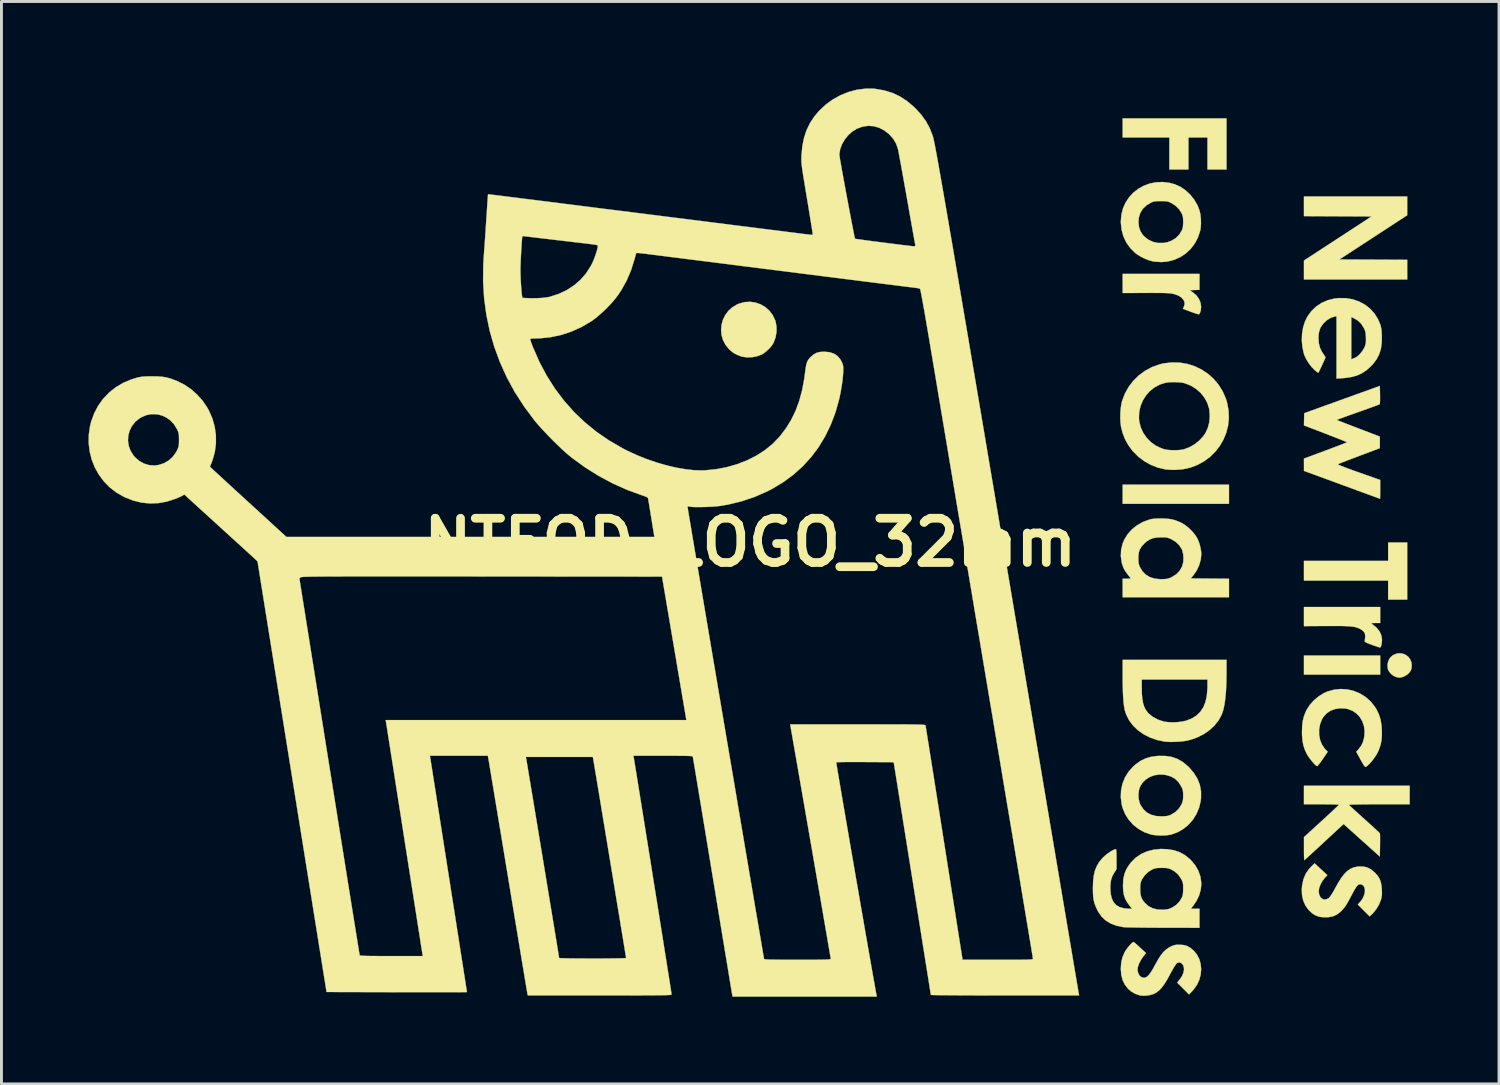
<source format=kicad_pcb>
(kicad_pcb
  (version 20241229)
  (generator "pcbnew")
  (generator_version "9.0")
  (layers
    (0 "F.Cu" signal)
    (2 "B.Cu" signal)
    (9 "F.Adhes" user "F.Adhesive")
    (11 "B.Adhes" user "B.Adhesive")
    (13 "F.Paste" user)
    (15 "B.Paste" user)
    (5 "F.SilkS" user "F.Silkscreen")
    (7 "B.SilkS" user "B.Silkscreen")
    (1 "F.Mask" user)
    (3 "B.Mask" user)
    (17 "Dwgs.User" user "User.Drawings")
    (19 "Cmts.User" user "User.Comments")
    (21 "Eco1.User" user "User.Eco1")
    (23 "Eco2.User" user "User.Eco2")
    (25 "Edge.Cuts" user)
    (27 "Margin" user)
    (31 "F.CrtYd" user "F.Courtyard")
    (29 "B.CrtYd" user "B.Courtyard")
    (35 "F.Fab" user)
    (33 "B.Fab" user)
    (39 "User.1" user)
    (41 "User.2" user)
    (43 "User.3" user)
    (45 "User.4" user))
  (footprint "NTFOD_LOGO_32mm"
    (layer "F.Cu")
    (at 22.79 15.634)
    (property "Reference" "NTFOD_LOGO_32mm" (at 0 0 0) (layer "F.SilkS") (effects (font (size 1.524 1.524) (thickness 0.3))))
    (attr through_hole)
    (fp_poly (pts (xy 16.489 -1.333) (xy 12.827 -1.333) (xy 12.827 -1.99) (xy 16.489 -1.99) (xy 16.489 -1.333)) (stroke (width 0.01) (type solid)) (fill yes) (layer "F.SilkS"))
    (fp_poly (pts (xy 21.696 4.551) (xy 19.071 4.551) (xy 19.071 3.895) (xy 21.696 3.895) (xy 21.696 4.551)) (stroke (width 0.01) (type solid)) (fill yes) (layer "F.SilkS"))
    (fp_poly (pts (xy 22.627 1.968) (xy 21.971 1.968) (xy 21.971 1.312) (xy 19.071 1.312) (xy 19.071 0.635) (xy 21.971 0.635) (xy 21.971 0) (xy 22.627 0) (xy 22.627 1.968)) (stroke (width 0.01) (type solid)) (fill yes) (layer "F.SilkS"))
    (fp_poly (pts (xy 16.404 -12.848) (xy 15.748 -12.848) (xy 15.748 -13.949) (xy 15.092 -13.949) (xy 15.092 -12.848) (xy 14.436 -12.848) (xy 14.436 -13.949) (xy 12.827 -13.949) (xy 12.827 -14.605) (xy 16.404 -14.605) (xy 16.404 -12.848)) (stroke (width 0.01) (type solid)) (fill yes) (layer "F.SilkS"))
    (fp_poly (pts (xy 22.627 -11.271) (xy 21.459 -10.509) (xy 20.29 -9.747) (xy 22.627 -9.736) (xy 22.627 -9.059) (xy 19.071 -9.059) (xy 19.071 -9.71) (xy 21.399 -11.229) (xy 19.071 -11.24) (xy 19.071 -11.917) (xy 22.627 -11.917) (xy 22.627 -11.271)) (stroke (width 0.01) (type solid)) (fill yes) (layer "F.SilkS"))
    (fp_poly (pts (xy 22.451 3.823) (xy 22.568 3.865) (xy 22.667 3.94) (xy 22.727 4.018) (xy 22.77 4.125) (xy 22.785 4.244) (xy 22.77 4.357) (xy 22.747 4.417) (xy 22.684 4.502) (xy 22.594 4.575) (xy 22.493 4.626) (xy 22.467 4.634) (xy 22.4 4.649) (xy 22.351 4.653) (xy 22.298 4.646) (xy 22.237 4.63) (xy 22.158 4.594) (xy 22.079 4.532) (xy 22.011 4.457) (xy 21.967 4.379) (xy 21.959 4.35) (xy 21.95 4.207) (xy 21.977 4.079) (xy 22.037 3.971) (xy 22.128 3.888) (xy 22.245 3.834) (xy 22.328 3.817) (xy 22.451 3.823)) (stroke (width 0.01) (type solid)) (fill yes) (layer "F.SilkS"))
    (fp_poly (pts (xy 15.473 -8.701) (xy 15.302 -8.695) (xy 15.131 -8.689) (xy 15.244 -8.615) (xy 15.363 -8.514) (xy 15.453 -8.392) (xy 15.509 -8.257) (xy 15.529 -8.114) (xy 15.514 -7.983) (xy 15.49 -7.909) (xy 15.464 -7.867) (xy 15.452 -7.859) (xy 15.421 -7.865) (xy 15.359 -7.883) (xy 15.275 -7.91) (xy 15.177 -7.945) (xy 15.162 -7.951) (xy 14.905 -8.047) (xy 14.935 -8.118) (xy 14.961 -8.208) (xy 14.955 -8.286) (xy 14.923 -8.355) (xy 14.846 -8.442) (xy 14.731 -8.511) (xy 14.582 -8.56) (xy 14.561 -8.565) (xy 14.512 -8.574) (xy 14.455 -8.581) (xy 14.385 -8.587) (xy 14.298 -8.591) (xy 14.19 -8.594) (xy 14.054 -8.595) (xy 13.887 -8.596) (xy 13.684 -8.596) (xy 13.615 -8.595) (xy 12.827 -8.592) (xy 12.827 -9.25) (xy 15.473 -9.25) (xy 15.473 -8.701)) (stroke (width 0.01) (type solid)) (fill yes) (layer "F.SilkS"))
    (fp_poly (pts (xy 0.186 -8.261) (xy 0.361 -8.2) (xy 0.52 -8.106) (xy 0.659 -7.983) (xy 0.773 -7.832) (xy 0.857 -7.657) (xy 0.87 -7.618) (xy 0.905 -7.438) (xy 0.905 -7.248) (xy 0.871 -7.059) (xy 0.805 -6.883) (xy 0.777 -6.832) (xy 0.716 -6.748) (xy 0.632 -6.656) (xy 0.537 -6.57) (xy 0.446 -6.502) (xy 0.407 -6.479) (xy 0.244 -6.416) (xy 0.068 -6.381) (xy -0.11 -6.375) (xy -0.277 -6.399) (xy -0.318 -6.411) (xy -0.463 -6.466) (xy -0.582 -6.533) (xy -0.69 -6.619) (xy -0.729 -6.656) (xy -0.851 -6.806) (xy -0.937 -6.97) (xy -0.988 -7.144) (xy -1.004 -7.323) (xy -0.988 -7.5) (xy -0.94 -7.672) (xy -0.861 -7.833) (xy -0.753 -7.977) (xy -0.616 -8.101) (xy -0.452 -8.199) (xy -0.379 -8.229) (xy -0.189 -8.279) (xy 0.001 -8.289) (xy 0.186 -8.261)) (stroke (width 0.01) (type solid)) (fill yes) (layer "F.SilkS"))
    (fp_poly (pts (xy 21.696 2.773) (xy 21.532 2.774) (xy 21.45 2.775) (xy 21.405 2.778) (xy 21.39 2.784) (xy 21.401 2.797) (xy 21.421 2.811) (xy 21.563 2.926) (xy 21.668 3.053) (xy 21.734 3.188) (xy 21.759 3.33) (xy 21.759 3.344) (xy 21.754 3.437) (xy 21.741 3.519) (xy 21.722 3.582) (xy 21.699 3.615) (xy 21.69 3.618) (xy 21.661 3.611) (xy 21.601 3.591) (xy 21.518 3.563) (xy 21.421 3.529) (xy 21.41 3.525) (xy 21.303 3.485) (xy 21.231 3.455) (xy 21.187 3.432) (xy 21.167 3.413) (xy 21.164 3.394) (xy 21.164 3.394) (xy 21.17 3.35) (xy 21.178 3.284) (xy 21.181 3.255) (xy 21.176 3.158) (xy 21.137 3.078) (xy 21.059 3.009) (xy 20.999 2.975) (xy 20.946 2.95) (xy 20.89 2.929) (xy 20.829 2.912) (xy 20.756 2.899) (xy 20.668 2.89) (xy 20.561 2.883) (xy 20.429 2.878) (xy 20.268 2.876) (xy 20.074 2.876) (xy 19.849 2.876) (xy 19.071 2.881) (xy 19.071 2.223) (xy 21.696 2.223) (xy 21.696 2.773)) (stroke (width 0.01) (type solid)) (fill yes) (layer "F.SilkS"))
    (fp_poly (pts (xy 16.404 4.471) (xy 16.399 4.814) (xy 16.386 5.117) (xy 16.362 5.379) (xy 16.33 5.603) (xy 16.287 5.788) (xy 16.237 5.932) (xy 16.132 6.125) (xy 15.99 6.304) (xy 15.817 6.464) (xy 15.617 6.602) (xy 15.396 6.714) (xy 15.159 6.797) (xy 15.04 6.826) (xy 14.915 6.846) (xy 14.767 6.86) (xy 14.61 6.868) (xy 14.46 6.87) (xy 14.33 6.864) (xy 14.276 6.859) (xy 14.014 6.804) (xy 13.771 6.719) (xy 13.55 6.607) (xy 13.354 6.469) (xy 13.187 6.309) (xy 13.051 6.128) (xy 12.95 5.929) (xy 12.903 5.786) (xy 12.879 5.669) (xy 12.86 5.522) (xy 12.845 5.341) (xy 12.835 5.125) (xy 12.829 4.871) (xy 12.828 4.72) (xy 13.483 4.72) (xy 13.484 4.99) (xy 13.488 5.205) (xy 13.503 5.385) (xy 13.53 5.534) (xy 13.569 5.659) (xy 13.623 5.765) (xy 13.693 5.859) (xy 13.728 5.895) (xy 13.869 6.009) (xy 14.039 6.1) (xy 14.227 6.163) (xy 14.262 6.171) (xy 14.399 6.189) (xy 14.559 6.195) (xy 14.725 6.187) (xy 14.883 6.168) (xy 15.016 6.138) (xy 15.018 6.138) (xy 15.211 6.061) (xy 15.372 5.959) (xy 15.504 5.83) (xy 15.607 5.674) (xy 15.681 5.488) (xy 15.727 5.272) (xy 15.747 5.024) (xy 15.748 4.954) (xy 15.748 4.72) (xy 13.483 4.72) (xy 12.828 4.72) (xy 12.827 4.609) (xy 12.827 4.043) (xy 16.404 4.043) (xy 16.404 4.471)) (stroke (width 0.01) (type solid)) (fill yes) (layer "F.SilkS"))
    (fp_poly (pts (xy 22.712 9.017) (xy 21.662 9.017) (xy 21.437 9.017) (xy 21.232 9.018) (xy 21.052 9.02) (xy 20.898 9.023) (xy 20.776 9.025) (xy 20.686 9.029) (xy 20.634 9.033) (xy 20.62 9.036) (xy 20.637 9.054) (xy 20.682 9.097) (xy 20.751 9.161) (xy 20.84 9.243) (xy 20.946 9.34) (xy 21.065 9.447) (xy 21.152 9.526) (xy 21.278 9.639) (xy 21.394 9.743) (xy 21.496 9.836) (xy 21.579 9.914) (xy 21.642 9.973) (xy 21.679 10.01) (xy 21.687 10.02) (xy 21.69 10.049) (xy 21.692 10.112) (xy 21.693 10.203) (xy 21.692 10.315) (xy 21.691 10.432) (xy 21.685 10.818) (xy 21.061 10.258) (xy 20.436 9.697) (xy 20.373 9.756) (xy 20.343 9.783) (xy 20.287 9.836) (xy 20.207 9.91) (xy 20.107 10.002) (xy 19.991 10.11) (xy 19.864 10.228) (xy 19.728 10.354) (xy 19.701 10.379) (xy 19.567 10.503) (xy 19.442 10.618) (xy 19.331 10.72) (xy 19.236 10.807) (xy 19.161 10.875) (xy 19.109 10.921) (xy 19.084 10.942) (xy 19.082 10.943) (xy 19.079 10.923) (xy 19.076 10.867) (xy 19.073 10.782) (xy 19.072 10.674) (xy 19.072 10.55) (xy 19.072 10.546) (xy 19.072 10.149) (xy 19.673 9.599) (xy 19.807 9.476) (xy 19.931 9.362) (xy 20.041 9.26) (xy 20.133 9.173) (xy 20.206 9.104) (xy 20.254 9.057) (xy 20.275 9.034) (xy 20.276 9.033) (xy 20.256 9.029) (xy 20.199 9.025) (xy 20.111 9.022) (xy 19.996 9.019) (xy 19.859 9.018) (xy 19.707 9.017) (xy 19.674 9.017) (xy 19.071 9.017) (xy 19.071 8.382) (xy 22.712 8.382) (xy 22.712 9.017)) (stroke (width 0.01) (type solid)) (fill yes) (layer "F.SilkS"))
    (fp_poly (pts (xy 14.303 7.353) (xy 14.513 7.385) (xy 14.704 7.45) (xy 14.882 7.55) (xy 15.053 7.688) (xy 15.114 7.746) (xy 15.278 7.937) (xy 15.402 8.137) (xy 15.485 8.348) (xy 15.526 8.569) (xy 15.527 8.801) (xy 15.515 8.901) (xy 15.46 9.133) (xy 15.37 9.349) (xy 15.248 9.545) (xy 15.098 9.718) (xy 14.923 9.863) (xy 14.727 9.977) (xy 14.513 10.055) (xy 14.478 10.064) (xy 14.331 10.086) (xy 14.163 10.094) (xy 13.992 10.087) (xy 13.836 10.066) (xy 13.787 10.054) (xy 13.568 9.976) (xy 13.367 9.863) (xy 13.188 9.72) (xy 13.036 9.55) (xy 12.914 9.358) (xy 12.827 9.149) (xy 12.795 9.028) (xy 12.763 8.78) (xy 12.767 8.671) (xy 13.37 8.671) (xy 13.377 8.824) (xy 13.411 8.967) (xy 13.44 9.036) (xy 13.536 9.183) (xy 13.657 9.297) (xy 13.803 9.376) (xy 13.975 9.422) (xy 14.172 9.434) (xy 14.182 9.434) (xy 14.291 9.428) (xy 14.373 9.417) (xy 14.442 9.398) (xy 14.499 9.374) (xy 14.64 9.287) (xy 14.76 9.17) (xy 14.849 9.033) (xy 14.855 9.02) (xy 14.885 8.948) (xy 14.902 8.88) (xy 14.91 8.799) (xy 14.911 8.72) (xy 14.91 8.625) (xy 14.902 8.555) (xy 14.885 8.492) (xy 14.853 8.421) (xy 14.842 8.398) (xy 14.75 8.253) (xy 14.633 8.14) (xy 14.488 8.059) (xy 14.314 8.008) (xy 14.279 8.001) (xy 14.097 7.991) (xy 13.923 8.017) (xy 13.762 8.076) (xy 13.621 8.166) (xy 13.504 8.284) (xy 13.435 8.393) (xy 13.389 8.523) (xy 13.37 8.671) (xy 12.767 8.671) (xy 12.772 8.54) (xy 12.82 8.311) (xy 12.906 8.095) (xy 13.029 7.897) (xy 13.188 7.718) (xy 13.277 7.64) (xy 13.441 7.524) (xy 13.608 7.441) (xy 13.789 7.386) (xy 13.995 7.356) (xy 14.067 7.351) (xy 14.303 7.353)) (stroke (width 0.01) (type solid)) (fill yes) (layer "F.SilkS"))
    (fp_poly (pts (xy 20.566 5.061) (xy 20.786 5.112) (xy 20.995 5.199) (xy 21.189 5.318) (xy 21.361 5.469) (xy 21.508 5.65) (xy 21.566 5.742) (xy 21.651 5.916) (xy 21.709 6.098) (xy 21.743 6.299) (xy 21.754 6.458) (xy 21.755 6.66) (xy 21.739 6.834) (xy 21.703 6.995) (xy 21.645 7.155) (xy 21.609 7.234) (xy 21.557 7.326) (xy 21.49 7.426) (xy 21.413 7.526) (xy 21.335 7.615) (xy 21.263 7.686) (xy 21.207 7.727) (xy 21.189 7.73) (xy 21.17 7.719) (xy 21.144 7.687) (xy 21.108 7.631) (xy 21.058 7.545) (xy 21.021 7.479) (xy 20.873 7.21) (xy 20.955 7.117) (xy 21.042 7.001) (xy 21.102 6.877) (xy 21.141 6.731) (xy 21.148 6.694) (xy 21.161 6.504) (xy 21.138 6.324) (xy 21.082 6.159) (xy 20.996 6.014) (xy 20.883 5.892) (xy 20.746 5.799) (xy 20.587 5.737) (xy 20.495 5.719) (xy 20.305 5.711) (xy 20.13 5.739) (xy 19.974 5.801) (xy 19.84 5.896) (xy 19.733 6.021) (xy 19.686 6.102) (xy 19.623 6.27) (xy 19.593 6.447) (xy 19.594 6.626) (xy 19.626 6.798) (xy 19.688 6.956) (xy 19.778 7.092) (xy 19.809 7.126) (xy 19.89 7.207) (xy 19.721 7.456) (xy 19.658 7.545) (xy 19.603 7.62) (xy 19.558 7.675) (xy 19.53 7.702) (xy 19.525 7.705) (xy 19.493 7.688) (xy 19.444 7.644) (xy 19.384 7.58) (xy 19.32 7.503) (xy 19.257 7.42) (xy 19.202 7.34) (xy 19.168 7.282) (xy 19.099 7.132) (xy 19.05 6.982) (xy 19.02 6.82) (xy 19.005 6.636) (xy 19.003 6.519) (xy 19.01 6.319) (xy 19.03 6.148) (xy 19.068 5.994) (xy 19.125 5.845) (xy 19.171 5.751) (xy 19.279 5.586) (xy 19.42 5.431) (xy 19.585 5.295) (xy 19.765 5.185) (xy 19.884 5.133) (xy 20.11 5.07) (xy 20.339 5.046) (xy 20.566 5.061)) (stroke (width 0.01) (type solid)) (fill yes) (layer "F.SilkS"))
    (fp_poly (pts (xy 14.438 -12.387) (xy 14.62 -12.338) (xy 14.809 -12.255) (xy 14.988 -12.135) (xy 15.15 -11.985) (xy 15.289 -11.811) (xy 15.402 -11.618) (xy 15.476 -11.43) (xy 15.506 -11.291) (xy 15.522 -11.13) (xy 15.524 -10.965) (xy 15.511 -10.811) (xy 15.496 -10.732) (xy 15.419 -10.501) (xy 15.308 -10.293) (xy 15.168 -10.11) (xy 15.002 -9.955) (xy 14.814 -9.83) (xy 14.608 -9.737) (xy 14.387 -9.678) (xy 14.154 -9.657) (xy 13.915 -9.674) (xy 13.857 -9.685) (xy 13.725 -9.722) (xy 13.578 -9.781) (xy 13.433 -9.855) (xy 13.307 -9.935) (xy 13.261 -9.97) (xy 13.089 -10.14) (xy 12.952 -10.332) (xy 12.852 -10.544) (xy 12.789 -10.775) (xy 12.764 -11.021) (xy 12.764 -11.051) (xy 13.372 -11.051) (xy 13.387 -10.878) (xy 13.435 -10.729) (xy 13.517 -10.599) (xy 13.567 -10.544) (xy 13.709 -10.431) (xy 13.869 -10.355) (xy 14.045 -10.316) (xy 14.231 -10.316) (xy 14.354 -10.337) (xy 14.517 -10.396) (xy 14.661 -10.488) (xy 14.78 -10.61) (xy 14.866 -10.75) (xy 14.89 -10.816) (xy 14.905 -10.89) (xy 14.911 -10.986) (xy 14.911 -11.038) (xy 14.91 -11.137) (xy 14.903 -11.209) (xy 14.888 -11.269) (xy 14.861 -11.332) (xy 14.853 -11.348) (xy 14.766 -11.482) (xy 14.645 -11.6) (xy 14.502 -11.692) (xy 14.482 -11.702) (xy 14.421 -11.728) (xy 14.365 -11.745) (xy 14.302 -11.754) (xy 14.218 -11.757) (xy 14.139 -11.758) (xy 14.033 -11.757) (xy 13.957 -11.752) (xy 13.897 -11.741) (xy 13.841 -11.721) (xy 13.797 -11.702) (xy 13.642 -11.608) (xy 13.52 -11.491) (xy 13.434 -11.351) (xy 13.384 -11.191) (xy 13.372 -11.051) (xy 12.764 -11.051) (xy 12.764 -11.055) (xy 12.783 -11.29) (xy 12.839 -11.509) (xy 12.929 -11.71) (xy 13.049 -11.89) (xy 13.195 -12.048) (xy 13.364 -12.181) (xy 13.553 -12.286) (xy 13.758 -12.362) (xy 13.977 -12.406) (xy 14.204 -12.415) (xy 14.438 -12.387)) (stroke (width 0.01) (type solid)) (fill yes) (layer "F.SilkS"))
    (fp_poly (pts (xy 21.691 -5.084) (xy 21.692 -4.974) (xy 21.691 -4.879) (xy 21.688 -4.807) (xy 21.683 -4.767) (xy 21.681 -4.761) (xy 21.657 -4.751) (xy 21.599 -4.729) (xy 21.51 -4.695) (xy 21.394 -4.653) (xy 21.256 -4.603) (xy 21.102 -4.548) (xy 20.934 -4.489) (xy 20.928 -4.487) (xy 20.762 -4.427) (xy 20.609 -4.373) (xy 20.474 -4.324) (xy 20.361 -4.283) (xy 20.274 -4.25) (xy 20.219 -4.229) (xy 20.199 -4.22) (xy 20.199 -4.22) (xy 20.22 -4.211) (xy 20.276 -4.189) (xy 20.363 -4.155) (xy 20.476 -4.111) (xy 20.611 -4.059) (xy 20.763 -4) (xy 20.929 -3.936) (xy 20.946 -3.93) (xy 21.685 -3.647) (xy 21.685 -3.249) (xy 20.979 -2.983) (xy 20.814 -2.921) (xy 20.662 -2.862) (xy 20.526 -2.81) (xy 20.411 -2.766) (xy 20.323 -2.731) (xy 20.265 -2.707) (xy 20.243 -2.697) (xy 20.249 -2.686) (xy 20.288 -2.665) (xy 20.36 -2.634) (xy 20.468 -2.592) (xy 20.612 -2.538) (xy 20.793 -2.472) (xy 20.955 -2.415) (xy 21.696 -2.153) (xy 21.696 -1.828) (xy 21.696 -1.716) (xy 21.695 -1.621) (xy 21.693 -1.551) (xy 21.692 -1.511) (xy 21.691 -1.505) (xy 21.67 -1.513) (xy 21.614 -1.534) (xy 21.524 -1.567) (xy 21.404 -1.611) (xy 21.258 -1.664) (xy 21.088 -1.726) (xy 20.899 -1.796) (xy 20.693 -1.871) (xy 20.473 -1.952) (xy 20.378 -1.987) (xy 19.072 -2.466) (xy 19.072 -2.678) (xy 19.071 -2.889) (xy 19.812 -3.164) (xy 19.979 -3.227) (xy 20.133 -3.285) (xy 20.27 -3.337) (xy 20.384 -3.381) (xy 20.472 -3.416) (xy 20.53 -3.44) (xy 20.553 -3.452) (xy 20.553 -3.452) (xy 20.534 -3.462) (xy 20.479 -3.485) (xy 20.394 -3.52) (xy 20.282 -3.565) (xy 20.148 -3.618) (xy 19.996 -3.677) (xy 19.831 -3.741) (xy 19.812 -3.748) (xy 19.071 -4.032) (xy 19.076 -4.243) (xy 19.082 -4.453) (xy 21.685 -5.392) (xy 21.691 -5.084)) (stroke (width 0.01) (type solid)) (fill yes) (layer "F.SilkS"))
    (fp_poly (pts (xy 13.228 13.778) (xy 13.276 13.818) (xy 13.341 13.875) (xy 13.417 13.944) (xy 13.429 13.955) (xy 13.631 14.142) (xy 13.543 14.252) (xy 13.459 14.374) (xy 13.392 14.502) (xy 13.351 14.624) (xy 13.345 14.649) (xy 13.342 14.753) (xy 13.367 14.847) (xy 13.415 14.924) (xy 13.481 14.976) (xy 13.558 14.994) (xy 13.616 14.984) (xy 13.674 14.95) (xy 13.734 14.889) (xy 13.801 14.798) (xy 13.877 14.674) (xy 13.95 14.539) (xy 14.048 14.363) (xy 14.138 14.222) (xy 14.226 14.11) (xy 14.317 14.024) (xy 14.414 13.955) (xy 14.473 13.923) (xy 14.553 13.887) (xy 14.618 13.866) (xy 14.688 13.856) (xy 14.781 13.855) (xy 14.785 13.855) (xy 14.927 13.865) (xy 15.046 13.898) (xy 15.156 13.96) (xy 15.268 14.053) (xy 15.383 14.19) (xy 15.465 14.347) (xy 15.514 14.519) (xy 15.53 14.699) (xy 15.514 14.884) (xy 15.465 15.066) (xy 15.384 15.239) (xy 15.272 15.399) (xy 15.226 15.449) (xy 15.112 15.567) (xy 14.705 15.159) (xy 14.781 15.066) (xy 14.87 14.938) (xy 14.923 14.813) (xy 14.942 14.695) (xy 14.923 14.59) (xy 14.902 14.547) (xy 14.846 14.485) (xy 14.781 14.463) (xy 14.712 14.48) (xy 14.693 14.493) (xy 14.662 14.527) (xy 14.616 14.595) (xy 14.56 14.689) (xy 14.496 14.804) (xy 14.467 14.857) (xy 14.36 15.054) (xy 14.26 15.215) (xy 14.165 15.342) (xy 14.071 15.439) (xy 13.972 15.511) (xy 13.866 15.561) (xy 13.747 15.593) (xy 13.631 15.609) (xy 13.544 15.611) (xy 13.455 15.605) (xy 13.421 15.599) (xy 13.263 15.547) (xy 13.116 15.461) (xy 13.012 15.37) (xy 12.902 15.229) (xy 12.826 15.073) (xy 12.78 14.896) (xy 12.764 14.692) (xy 12.764 14.668) (xy 12.778 14.464) (xy 12.823 14.279) (xy 12.896 14.112) (xy 12.938 14.043) (xy 12.992 13.968) (xy 13.051 13.895) (xy 13.11 13.831) (xy 13.16 13.784) (xy 13.196 13.762) (xy 13.205 13.761) (xy 13.228 13.778)) (stroke (width 0.01) (type solid)) (fill yes) (layer "F.SilkS"))
    (fp_poly (pts (xy 19.876 11.457) (xy 19.79 11.55) (xy 19.708 11.656) (xy 19.642 11.775) (xy 19.597 11.895) (xy 19.579 12.002) (xy 19.579 12.008) (xy 19.593 12.119) (xy 19.632 12.207) (xy 19.69 12.267) (xy 19.762 12.297) (xy 19.841 12.292) (xy 19.923 12.249) (xy 19.935 12.24) (xy 19.972 12.197) (xy 20.022 12.124) (xy 20.081 12.029) (xy 20.141 11.919) (xy 20.142 11.917) (xy 20.255 11.713) (xy 20.36 11.548) (xy 20.462 11.416) (xy 20.563 11.316) (xy 20.667 11.243) (xy 20.778 11.194) (xy 20.899 11.167) (xy 20.976 11.16) (xy 21.13 11.164) (xy 21.263 11.197) (xy 21.386 11.263) (xy 21.508 11.366) (xy 21.518 11.375) (xy 21.611 11.481) (xy 21.678 11.589) (xy 21.721 11.709) (xy 21.746 11.852) (xy 21.754 11.963) (xy 21.757 12.076) (xy 21.753 12.164) (xy 21.739 12.244) (xy 21.72 12.313) (xy 21.656 12.472) (xy 21.562 12.629) (xy 21.451 12.767) (xy 21.423 12.795) (xy 21.335 12.879) (xy 20.926 12.47) (xy 21.007 12.381) (xy 21.082 12.28) (xy 21.135 12.173) (xy 21.165 12.067) (xy 21.172 11.967) (xy 21.155 11.881) (xy 21.115 11.816) (xy 21.05 11.777) (xy 21.044 11.776) (xy 20.997 11.77) (xy 20.955 11.782) (xy 20.912 11.815) (xy 20.866 11.874) (xy 20.811 11.963) (xy 20.745 12.086) (xy 20.733 12.108) (xy 20.651 12.264) (xy 20.583 12.388) (xy 20.524 12.486) (xy 20.47 12.565) (xy 20.416 12.631) (xy 20.36 12.691) (xy 20.335 12.715) (xy 20.208 12.814) (xy 20.07 12.877) (xy 19.913 12.907) (xy 19.816 12.91) (xy 19.723 12.906) (xy 19.633 12.896) (xy 19.566 12.882) (xy 19.565 12.881) (xy 19.45 12.834) (xy 19.344 12.764) (xy 19.238 12.663) (xy 19.222 12.646) (xy 19.12 12.503) (xy 19.047 12.335) (xy 19.005 12.146) (xy 18.996 11.942) (xy 19.008 11.808) (xy 19.054 11.598) (xy 19.131 11.413) (xy 19.243 11.248) (xy 19.339 11.145) (xy 19.437 11.05) (xy 19.876 11.457)) (stroke (width 0.01) (type solid)) (fill yes) (layer "F.SilkS"))
    (fp_poly (pts (xy 14.308 -0.822) (xy 14.434 -0.81) (xy 14.533 -0.794) (xy 14.627 -0.767) (xy 14.735 -0.728) (xy 14.834 -0.686) (xy 14.837 -0.684) (xy 14.969 -0.606) (xy 15.103 -0.5) (xy 15.228 -0.376) (xy 15.334 -0.246) (xy 15.406 -0.127) (xy 15.461 0.008) (xy 15.503 0.159) (xy 15.529 0.307) (xy 15.536 0.402) (xy 15.517 0.589) (xy 15.463 0.779) (xy 15.38 0.96) (xy 15.272 1.119) (xy 15.259 1.135) (xy 15.17 1.238) (xy 15.829 1.244) (xy 16.489 1.249) (xy 16.489 1.884) (xy 12.827 1.884) (xy 12.827 1.249) (xy 12.965 1.249) (xy 13.035 1.247) (xy 13.084 1.243) (xy 13.102 1.238) (xy 13.09 1.217) (xy 13.057 1.173) (xy 13.011 1.115) (xy 13.007 1.11) (xy 12.918 0.99) (xy 12.856 0.878) (xy 12.812 0.756) (xy 12.795 0.694) (xy 12.774 0.54) (xy 13.367 0.54) (xy 13.369 0.646) (xy 13.379 0.725) (xy 13.397 0.791) (xy 13.414 0.833) (xy 13.505 0.986) (xy 13.621 1.106) (xy 13.762 1.192) (xy 13.929 1.245) (xy 14.122 1.265) (xy 14.183 1.264) (xy 14.286 1.26) (xy 14.361 1.251) (xy 14.424 1.234) (xy 14.49 1.206) (xy 14.526 1.189) (xy 14.674 1.095) (xy 14.79 0.974) (xy 14.873 0.829) (xy 14.881 0.807) (xy 14.912 0.684) (xy 14.922 0.544) (xy 14.912 0.404) (xy 14.883 0.278) (xy 14.863 0.229) (xy 14.772 0.092) (xy 14.648 -0.025) (xy 14.503 -0.113) (xy 14.433 -0.144) (xy 14.375 -0.163) (xy 14.315 -0.174) (xy 14.239 -0.178) (xy 14.15 -0.178) (xy 13.988 -0.169) (xy 13.856 -0.143) (xy 13.743 -0.096) (xy 13.638 -0.023) (xy 13.577 0.032) (xy 13.482 0.136) (xy 13.419 0.237) (xy 13.383 0.346) (xy 13.368 0.478) (xy 13.367 0.54) (xy 12.774 0.54) (xy 12.764 0.472) (xy 12.774 0.252) (xy 12.826 0.039) (xy 12.882 -0.095) (xy 12.996 -0.282) (xy 13.144 -0.449) (xy 13.321 -0.591) (xy 13.521 -0.705) (xy 13.741 -0.786) (xy 13.818 -0.806) (xy 13.911 -0.819) (xy 14.033 -0.826) (xy 14.17 -0.827) (xy 14.308 -0.822)) (stroke (width 0.01) (type solid)) (fill yes) (layer "F.SilkS"))
    (fp_poly (pts (xy 20.511 -8.415) (xy 20.748 -8.375) (xy 20.968 -8.3) (xy 21.169 -8.193) (xy 21.347 -8.054) (xy 21.499 -7.887) (xy 21.621 -7.692) (xy 21.697 -7.514) (xy 21.722 -7.427) (xy 21.739 -7.331) (xy 21.75 -7.211) (xy 21.754 -7.123) (xy 21.751 -6.885) (xy 21.722 -6.675) (xy 21.665 -6.488) (xy 21.577 -6.316) (xy 21.455 -6.154) (xy 21.37 -6.062) (xy 21.22 -5.929) (xy 21.063 -5.826) (xy 20.892 -5.749) (xy 20.699 -5.697) (xy 20.476 -5.665) (xy 20.399 -5.659) (xy 20.193 -5.645) (xy 20.193 -6.309) (xy 20.701 -6.309) (xy 20.754 -6.329) (xy 20.813 -6.354) (xy 20.868 -6.38) (xy 20.939 -6.432) (xy 21.016 -6.511) (xy 21.089 -6.604) (xy 21.146 -6.7) (xy 21.168 -6.748) (xy 21.19 -6.817) (xy 21.203 -6.883) (xy 21.207 -6.961) (xy 21.205 -7.067) (xy 21.205 -7.07) (xy 21.199 -7.17) (xy 21.19 -7.243) (xy 21.173 -7.304) (xy 21.145 -7.366) (xy 21.125 -7.404) (xy 21.043 -7.531) (xy 20.945 -7.629) (xy 20.818 -7.71) (xy 20.806 -7.716) (xy 20.701 -7.769) (xy 20.701 -6.309) (xy 20.193 -6.309) (xy 20.193 -7.795) (xy 20.125 -7.781) (xy 19.986 -7.733) (xy 19.855 -7.652) (xy 19.74 -7.544) (xy 19.652 -7.419) (xy 19.621 -7.35) (xy 19.591 -7.249) (xy 19.575 -7.136) (xy 19.572 -7.048) (xy 19.582 -6.873) (xy 19.617 -6.722) (xy 19.681 -6.583) (xy 19.727 -6.512) (xy 19.769 -6.45) (xy 19.8 -6.4) (xy 19.812 -6.374) (xy 19.812 -6.373) (xy 19.804 -6.35) (xy 19.781 -6.297) (xy 19.748 -6.224) (xy 19.709 -6.138) (xy 19.668 -6.05) (xy 19.629 -5.968) (xy 19.597 -5.9) (xy 19.574 -5.856) (xy 19.567 -5.844) (xy 19.548 -5.853) (xy 19.507 -5.883) (xy 19.45 -5.929) (xy 19.443 -5.935) (xy 19.34 -6.039) (xy 19.24 -6.168) (xy 19.153 -6.308) (xy 19.088 -6.444) (xy 19.072 -6.491) (xy 19.02 -6.716) (xy 18.998 -6.95) (xy 19.006 -7.184) (xy 19.043 -7.409) (xy 19.109 -7.617) (xy 19.188 -7.779) (xy 19.325 -7.967) (xy 19.49 -8.125) (xy 19.68 -8.252) (xy 19.892 -8.344) (xy 20.122 -8.401) (xy 20.26 -8.417) (xy 20.511 -8.415)) (stroke (width 0.01) (type solid)) (fill yes) (layer "F.SilkS"))
    (fp_poly (pts (xy 14.795 -6.194) (xy 15.059 -6.149) (xy 15.311 -6.069) (xy 15.547 -5.955) (xy 15.765 -5.81) (xy 15.96 -5.636) (xy 16.13 -5.434) (xy 16.271 -5.207) (xy 16.38 -4.958) (xy 16.426 -4.809) (xy 16.475 -4.542) (xy 16.485 -4.278) (xy 16.457 -4.022) (xy 16.394 -3.775) (xy 16.298 -3.542) (xy 16.171 -3.324) (xy 16.017 -3.126) (xy 15.837 -2.949) (xy 15.633 -2.798) (xy 15.409 -2.674) (xy 15.166 -2.581) (xy 14.907 -2.522) (xy 14.634 -2.5) (xy 14.586 -2.5) (xy 14.485 -2.504) (xy 14.385 -2.51) (xy 14.305 -2.518) (xy 14.294 -2.519) (xy 14.047 -2.575) (xy 13.805 -2.67) (xy 13.575 -2.798) (xy 13.365 -2.955) (xy 13.183 -3.138) (xy 13.178 -3.143) (xy 13.025 -3.347) (xy 12.909 -3.555) (xy 12.823 -3.78) (xy 12.772 -3.981) (xy 12.753 -4.128) (xy 12.746 -4.278) (xy 13.388 -4.278) (xy 13.397 -4.178) (xy 13.447 -3.971) (xy 13.534 -3.779) (xy 13.654 -3.605) (xy 13.803 -3.454) (xy 13.977 -3.33) (xy 14.173 -3.239) (xy 14.269 -3.208) (xy 14.372 -3.19) (xy 14.502 -3.179) (xy 14.643 -3.177) (xy 14.779 -3.184) (xy 14.896 -3.199) (xy 14.932 -3.207) (xy 15.118 -3.276) (xy 15.299 -3.378) (xy 15.464 -3.509) (xy 15.603 -3.659) (xy 15.679 -3.769) (xy 15.759 -3.944) (xy 15.81 -4.14) (xy 15.828 -4.347) (xy 15.813 -4.555) (xy 15.802 -4.62) (xy 15.74 -4.813) (xy 15.641 -4.992) (xy 15.511 -5.154) (xy 15.353 -5.292) (xy 15.173 -5.403) (xy 14.975 -5.481) (xy 14.934 -5.492) (xy 14.828 -5.511) (xy 14.696 -5.521) (xy 14.554 -5.523) (xy 14.419 -5.517) (xy 14.306 -5.502) (xy 14.304 -5.501) (xy 14.105 -5.439) (xy 13.924 -5.342) (xy 13.764 -5.215) (xy 13.628 -5.061) (xy 13.52 -4.886) (xy 13.441 -4.694) (xy 13.396 -4.49) (xy 13.388 -4.278) (xy 12.746 -4.278) (xy 12.745 -4.299) (xy 12.749 -4.48) (xy 12.765 -4.655) (xy 12.791 -4.81) (xy 12.805 -4.864) (xy 12.899 -5.117) (xy 13.028 -5.351) (xy 13.19 -5.564) (xy 13.381 -5.752) (xy 13.596 -5.911) (xy 13.833 -6.039) (xy 14.088 -6.132) (xy 14.244 -6.169) (xy 14.522 -6.201) (xy 14.795 -6.194)) (stroke (width 0.01) (type solid)) (fill yes) (layer "F.SilkS"))
    (fp_poly (pts (xy 14.366 10.564) (xy 14.591 10.6) (xy 14.79 10.667) (xy 14.971 10.767) (xy 15.14 10.903) (xy 15.178 10.941) (xy 15.324 11.115) (xy 15.434 11.305) (xy 15.504 11.507) (xy 15.534 11.719) (xy 15.536 11.769) (xy 15.516 11.959) (xy 15.461 12.153) (xy 15.373 12.341) (xy 15.262 12.505) (xy 15.176 12.615) (xy 15.473 12.615) (xy 15.473 13.271) (xy 14.229 13.269) (xy 13.999 13.268) (xy 13.779 13.267) (xy 13.571 13.265) (xy 13.382 13.263) (xy 13.214 13.26) (xy 13.073 13.258) (xy 12.962 13.255) (xy 12.885 13.251) (xy 12.852 13.249) (xy 12.62 13.202) (xy 12.418 13.127) (xy 12.245 13.021) (xy 12.101 12.886) (xy 11.985 12.719) (xy 11.953 12.658) (xy 11.897 12.536) (xy 11.856 12.426) (xy 11.829 12.315) (xy 11.812 12.195) (xy 11.804 12.053) (xy 11.802 11.896) (xy 11.81 11.665) (xy 11.833 11.468) (xy 11.874 11.298) (xy 11.935 11.147) (xy 12.017 11.009) (xy 12.125 10.877) (xy 12.141 10.86) (xy 12.214 10.791) (xy 12.3 10.721) (xy 12.39 10.658) (xy 12.476 10.606) (xy 12.548 10.573) (xy 12.592 10.562) (xy 12.602 10.58) (xy 12.609 10.634) (xy 12.613 10.727) (xy 12.615 10.859) (xy 12.615 10.909) (xy 12.615 11.256) (xy 12.542 11.366) (xy 12.473 11.487) (xy 12.429 11.615) (xy 12.407 11.762) (xy 12.402 11.89) (xy 12.413 12.088) (xy 12.449 12.252) (xy 12.51 12.383) (xy 12.598 12.483) (xy 12.713 12.554) (xy 12.857 12.597) (xy 12.974 12.611) (xy 13.155 12.622) (xy 13.08 12.529) (xy 12.983 12.397) (xy 12.914 12.272) (xy 12.87 12.143) (xy 12.846 11.997) (xy 12.843 11.938) (xy 13.43 11.938) (xy 13.437 12.081) (xy 13.46 12.196) (xy 13.503 12.295) (xy 13.571 12.39) (xy 13.589 12.411) (xy 13.715 12.523) (xy 13.864 12.601) (xy 14.036 12.642) (xy 14.22 12.649) (xy 14.324 12.641) (xy 14.406 12.625) (xy 14.484 12.597) (xy 14.531 12.574) (xy 14.674 12.482) (xy 14.789 12.36) (xy 14.862 12.237) (xy 14.886 12.182) (xy 14.9 12.124) (xy 14.908 12.052) (xy 14.911 11.952) (xy 14.911 11.927) (xy 14.911 11.828) (xy 14.906 11.758) (xy 14.896 11.704) (xy 14.876 11.653) (xy 14.844 11.591) (xy 14.839 11.582) (xy 14.74 11.439) (xy 14.612 11.327) (xy 14.487 11.256) (xy 14.428 11.232) (xy 14.368 11.218) (xy 14.293 11.21) (xy 14.191 11.208) (xy 14.171 11.208) (xy 14.066 11.21) (xy 13.99 11.216) (xy 13.93 11.228) (xy 13.871 11.25) (xy 13.843 11.263) (xy 13.707 11.348) (xy 13.587 11.464) (xy 13.496 11.598) (xy 13.485 11.62) (xy 13.458 11.684) (xy 13.441 11.744) (xy 13.433 11.814) (xy 13.43 11.909) (xy 13.43 11.938) (xy 12.843 11.938) (xy 12.838 11.824) (xy 12.838 11.811) (xy 12.849 11.605) (xy 12.886 11.425) (xy 12.952 11.26) (xy 13.051 11.101) (xy 13.12 11.012) (xy 13.277 10.856) (xy 13.461 10.732) (xy 13.668 10.639) (xy 13.895 10.581) (xy 14.14 10.556) (xy 14.366 10.564)) (stroke (width 0.01) (type solid)) (fill yes) (layer "F.SilkS"))
    (fp_poly (pts (xy 4.241 -15.629) (xy 4.318 -15.622) (xy 4.619 -15.569) (xy 4.899 -15.483) (xy 5.16 -15.36) (xy 5.407 -15.199) (xy 5.643 -14.998) (xy 5.696 -14.946) (xy 5.896 -14.724) (xy 6.059 -14.496) (xy 6.188 -14.254) (xy 6.289 -13.992) (xy 6.293 -13.979) (xy 6.301 -13.952) (xy 6.31 -13.912) (xy 6.322 -13.859) (xy 6.336 -13.791) (xy 6.353 -13.708) (xy 6.372 -13.609) (xy 6.394 -13.493) (xy 6.418 -13.36) (xy 6.446 -13.209) (xy 6.477 -13.039) (xy 6.51 -12.848) (xy 6.548 -12.638) (xy 6.588 -12.406) (xy 6.633 -12.152) (xy 6.681 -11.875) (xy 6.733 -11.575) (xy 6.789 -11.25) (xy 6.849 -10.9) (xy 6.914 -10.523) (xy 6.983 -10.121) (xy 7.056 -9.69) (xy 7.134 -9.232) (xy 7.217 -8.744) (xy 7.305 -8.226) (xy 7.398 -7.678) (xy 7.497 -7.099) (xy 7.6 -6.487) (xy 7.709 -5.842) (xy 7.824 -5.164) (xy 7.945 -4.451) (xy 8.071 -3.703) (xy 8.203 -2.919) (xy 8.342 -2.097) (xy 8.487 -1.239) (xy 8.638 -0.342) (xy 8.795 0.594) (xy 8.96 1.57) (xy 9.131 2.587) (xy 9.196 2.974) (xy 9.318 3.695) (xy 9.437 4.406) (xy 9.555 5.106) (xy 9.671 5.793) (xy 9.784 6.466) (xy 9.895 7.125) (xy 10.004 7.768) (xy 10.109 8.393) (xy 10.211 9) (xy 10.31 9.588) (xy 10.406 10.155) (xy 10.498 10.701) (xy 10.586 11.223) (xy 10.67 11.722) (xy 10.75 12.195) (xy 10.825 12.642) (xy 10.896 13.062) (xy 10.962 13.453) (xy 11.023 13.814) (xy 11.079 14.145) (xy 11.129 14.443) (xy 11.174 14.708) (xy 11.213 14.939) (xy 11.246 15.134) (xy 11.273 15.292) (xy 11.293 15.413) (xy 11.307 15.495) (xy 11.314 15.536) (xy 11.315 15.542) (xy 11.328 15.6) (xy 8.775 15.6) (xy 8.45 15.6) (xy 8.137 15.599) (xy 7.839 15.599) (xy 7.558 15.598) (xy 7.296 15.597) (xy 7.057 15.596) (xy 6.842 15.594) (xy 6.655 15.593) (xy 6.498 15.591) (xy 6.374 15.589) (xy 6.285 15.587) (xy 6.234 15.585) (xy 6.222 15.584) (xy 6.218 15.562) (xy 6.208 15.5) (xy 6.192 15.4) (xy 6.171 15.265) (xy 6.144 15.096) (xy 6.112 14.895) (xy 6.075 14.665) (xy 6.034 14.407) (xy 5.989 14.123) (xy 5.94 13.816) (xy 5.888 13.488) (xy 5.832 13.14) (xy 5.774 12.775) (xy 5.713 12.394) (xy 5.65 12) (xy 5.586 11.595) (xy 5.581 11.568) (xy 4.942 7.567) (xy 3.959 7.562) (xy 3.759 7.561) (xy 3.572 7.561) (xy 3.403 7.561) (xy 3.254 7.562) (xy 3.132 7.564) (xy 3.039 7.567) (xy 2.981 7.569) (xy 2.962 7.572) (xy 2.964 7.594) (xy 2.974 7.654) (xy 2.99 7.752) (xy 3.011 7.884) (xy 3.039 8.047) (xy 3.072 8.241) (xy 3.109 8.461) (xy 3.151 8.705) (xy 3.196 8.972) (xy 3.245 9.258) (xy 3.297 9.561) (xy 3.352 9.879) (xy 3.409 10.21) (xy 3.467 10.549) (xy 3.527 10.897) (xy 3.588 11.249) (xy 3.649 11.603) (xy 3.711 11.957) (xy 3.772 12.309) (xy 3.832 12.656) (xy 3.891 12.995) (xy 3.948 13.325) (xy 4.004 13.642) (xy 4.056 13.944) (xy 4.106 14.229) (xy 4.153 14.494) (xy 4.195 14.736) (xy 4.234 14.955) (xy 4.268 15.146) (xy 4.297 15.307) (xy 4.32 15.437) (xy 4.338 15.532) (xy 4.348 15.584) (xy 4.359 15.642) (xy -0.609 15.642) (xy -0.62 15.584) (xy -0.625 15.557) (xy -0.636 15.491) (xy -0.653 15.387) (xy -0.676 15.248) (xy -0.705 15.075) (xy -0.739 14.87) (xy -0.777 14.636) (xy -0.82 14.374) (xy -0.868 14.087) (xy -0.919 13.777) (xy -0.974 13.445) (xy -1.032 13.094) (xy -1.093 12.725) (xy -1.156 12.342) (xy -1.221 11.945) (xy -1.288 11.537) (xy -1.301 11.462) (xy -1.368 11.053) (xy -1.434 10.654) (xy -1.497 10.269) (xy -1.558 9.899) (xy -1.617 9.546) (xy -1.672 9.213) (xy -1.724 8.9) (xy -1.772 8.611) (xy -1.815 8.347) (xy -1.855 8.11) (xy -1.889 7.902) (xy -1.919 7.725) (xy -1.943 7.582) (xy -1.961 7.474) (xy -1.973 7.404) (xy -1.979 7.373) (xy -1.979 7.371) (xy -1.99 7.365) (xy -2.02 7.36) (xy -2.072 7.355) (xy -2.149 7.352) (xy -2.253 7.349) (xy -2.389 7.347) (xy -2.558 7.346) (xy -2.763 7.345) (xy -3.007 7.345) (xy -4.025 7.345) (xy -4.013 7.403) (xy -4.008 7.434) (xy -3.996 7.504) (xy -3.979 7.611) (xy -3.956 7.751) (xy -3.928 7.923) (xy -3.896 8.124) (xy -3.859 8.352) (xy -3.819 8.603) (xy -3.775 8.877) (xy -3.728 9.169) (xy -3.678 9.479) (xy -3.626 9.802) (xy -3.573 10.138) (xy -3.517 10.482) (xy -3.461 10.834) (xy -3.404 11.19) (xy -3.347 11.549) (xy -3.29 11.906) (xy -3.233 12.261) (xy -3.177 12.611) (xy -3.123 12.952) (xy -3.07 13.284) (xy -3.019 13.603) (xy -2.971 13.906) (xy -2.926 14.192) (xy -2.883 14.457) (xy -2.845 14.701) (xy -2.81 14.919) (xy -2.78 15.109) (xy -2.755 15.27) (xy -2.735 15.398) (xy -2.72 15.492) (xy -2.712 15.548) (xy -2.709 15.564) (xy -2.711 15.57) (xy -2.719 15.575) (xy -2.735 15.579) (xy -2.761 15.583) (xy -2.799 15.586) (xy -2.852 15.589) (xy -2.921 15.591) (xy -3.01 15.593) (xy -3.12 15.595) (xy -3.254 15.596) (xy -3.414 15.597) (xy -3.601 15.598) (xy -3.819 15.599) (xy -4.069 15.599) (xy -4.355 15.6) (xy -4.677 15.6) (xy -5.038 15.6) (xy -5.185 15.6) (xy -7.662 15.6) (xy -7.673 15.552) (xy -7.677 15.527) (xy -7.688 15.462) (xy -7.706 15.359) (xy -7.729 15.22) (xy -7.758 15.048) (xy -7.791 14.845) (xy -7.83 14.612) (xy -7.874 14.351) (xy -7.921 14.065) (xy -7.972 13.756) (xy -8.027 13.425) (xy -8.085 13.075) (xy -8.146 12.708) (xy -8.209 12.326) (xy -8.275 11.93) (xy -8.342 11.523) (xy -8.35 11.472) (xy -8.418 11.064) (xy -8.483 10.667) (xy -8.547 10.283) (xy -8.608 9.914) (xy -8.667 9.562) (xy -8.722 9.229) (xy -8.774 8.917) (xy -8.821 8.628) (xy -8.865 8.364) (xy -8.905 8.127) (xy -8.939 7.92) (xy -8.969 7.744) (xy -8.992 7.601) (xy -9.011 7.494) (xy -9.022 7.424) (xy -9.028 7.393) (xy -9.028 7.392) (xy -9.029 7.387) (xy -7.729 7.387) (xy -7.717 7.445) (xy -7.712 7.474) (xy -7.701 7.541) (xy -7.683 7.645) (xy -7.66 7.781) (xy -7.633 7.949) (xy -7.6 8.144) (xy -7.563 8.365) (xy -7.523 8.608) (xy -7.479 8.871) (xy -7.433 9.152) (xy -7.384 9.447) (xy -7.333 9.754) (xy -7.281 10.071) (xy -7.227 10.394) (xy -7.173 10.721) (xy -7.119 11.049) (xy -7.065 11.376) (xy -7.012 11.699) (xy -6.96 12.015) (xy -6.909 12.322) (xy -6.86 12.617) (xy -6.814 12.897) (xy -6.771 13.159) (xy -6.731 13.401) (xy -6.695 13.621) (xy -6.663 13.815) (xy -6.636 13.981) (xy -6.614 14.116) (xy -6.598 14.218) (xy -6.587 14.284) (xy -6.583 14.311) (xy -6.583 14.311) (xy -6.562 14.315) (xy -6.503 14.318) (xy -6.408 14.321) (xy -6.28 14.324) (xy -6.124 14.326) (xy -5.942 14.328) (xy -5.738 14.329) (xy -5.516 14.33) (xy -5.429 14.33) (xy -5.213 14.33) (xy -5.009 14.329) (xy -4.823 14.327) (xy -4.658 14.325) (xy -4.517 14.323) (xy -4.405 14.32) (xy -4.326 14.317) (xy -4.283 14.314) (xy -4.276 14.312) (xy -4.279 14.289) (xy -4.289 14.228) (xy -4.305 14.13) (xy -4.326 13.998) (xy -4.353 13.835) (xy -4.384 13.644) (xy -4.42 13.427) (xy -4.46 13.187) (xy -4.502 12.927) (xy -4.548 12.649) (xy -4.597 12.356) (xy -4.647 12.05) (xy -4.699 11.735) (xy -4.752 11.413) (xy -4.806 11.086) (xy -4.86 10.758) (xy -4.914 10.431) (xy -4.968 10.107) (xy -5.02 9.79) (xy -5.072 9.481) (xy -5.121 9.185) (xy -5.167 8.902) (xy -5.211 8.637) (xy -5.252 8.391) (xy -5.289 8.168) (xy -5.322 7.969) (xy -5.351 7.799) (xy -5.374 7.659) (xy -5.392 7.551) (xy -5.404 7.48) (xy -5.41 7.447) (xy -5.41 7.445) (xy -5.422 7.387) (xy -7.729 7.387) (xy -9.029 7.387) (xy -9.039 7.345) (xy -11.033 7.345) (xy -11.019 7.435) (xy -11.011 7.481) (xy -10.998 7.566) (xy -10.979 7.685) (xy -10.955 7.838) (xy -10.927 8.021) (xy -10.894 8.231) (xy -10.856 8.468) (xy -10.816 8.727) (xy -10.772 9.007) (xy -10.725 9.305) (xy -10.676 9.618) (xy -10.625 9.945) (xy -10.572 10.282) (xy -10.518 10.628) (xy -10.463 10.979) (xy -10.407 11.334) (xy -10.351 11.69) (xy -10.296 12.044) (xy -10.241 12.394) (xy -10.187 12.737) (xy -10.135 13.071) (xy -10.085 13.394) (xy -10.036 13.703) (xy -9.991 13.995) (xy -9.948 14.269) (xy -9.908 14.521) (xy -9.873 14.75) (xy -9.841 14.952) (xy -9.814 15.125) (xy -9.792 15.268) (xy -9.775 15.376) (xy -9.763 15.449) (xy -9.758 15.483) (xy -9.758 15.485) (xy -9.779 15.486) (xy -9.839 15.487) (xy -9.936 15.488) (xy -10.068 15.489) (xy -10.232 15.489) (xy -10.424 15.49) (xy -10.643 15.49) (xy -10.886 15.49) (xy -11.15 15.49) (xy -11.433 15.49) (xy -11.731 15.49) (xy -12.042 15.489) (xy -12.175 15.489) (xy -14.593 15.483) (xy -15.781 8.068) (xy -16.876 1.238) (xy -15.529 1.238) (xy -14.496 7.715) (xy -14.413 8.233) (xy -14.332 8.74) (xy -14.253 9.235) (xy -14.176 9.716) (xy -14.102 10.182) (xy -14.03 10.63) (xy -13.961 11.06) (xy -13.896 11.469) (xy -13.834 11.856) (xy -13.775 12.22) (xy -13.721 12.559) (xy -13.671 12.871) (xy -13.625 13.155) (xy -13.584 13.408) (xy -13.548 13.631) (xy -13.518 13.82) (xy -13.493 13.974) (xy -13.474 14.093) (xy -13.46 14.173) (xy -13.453 14.214) (xy -13.452 14.219) (xy -13.441 14.225) (xy -13.411 14.23) (xy -13.36 14.234) (xy -13.284 14.238) (xy -13.18 14.241) (xy -13.046 14.243) (xy -12.88 14.244) (xy -12.677 14.245) (xy -12.436 14.245) (xy -12.36 14.245) (xy -11.277 14.245) (xy -11.29 14.176) (xy -11.294 14.149) (xy -11.305 14.081) (xy -11.321 13.976) (xy -11.344 13.836) (xy -11.371 13.661) (xy -11.403 13.456) (xy -11.44 13.221) (xy -11.481 12.959) (xy -11.526 12.672) (xy -11.575 12.362) (xy -11.627 12.031) (xy -11.682 11.682) (xy -11.739 11.315) (xy -11.799 10.934) (xy -11.861 10.54) (xy -11.917 10.181) (xy -11.98 9.778) (xy -12.041 9.386) (xy -12.101 9.006) (xy -12.158 8.641) (xy -12.213 8.294) (xy -12.264 7.965) (xy -12.312 7.657) (xy -12.357 7.373) (xy -12.398 7.114) (xy -12.434 6.882) (xy -12.466 6.68) (xy -12.493 6.51) (xy -12.514 6.373) (xy -12.53 6.272) (xy -12.54 6.209) (xy -12.544 6.186) (xy -12.557 6.117) (xy -2.201 6.117) (xy -2.214 6.038) (xy -2.219 6.007) (xy -2.231 5.937) (xy -2.248 5.831) (xy -2.272 5.691) (xy -2.301 5.52) (xy -2.335 5.321) (xy -2.373 5.097) (xy -2.414 4.85) (xy -2.46 4.584) (xy -2.508 4.3) (xy -2.558 4.001) (xy -2.611 3.691) (xy -2.632 3.567) (xy -3.038 1.175) (xy -9.239 1.17) (xy -9.847 1.169) (xy -10.414 1.169) (xy -10.942 1.169) (xy -11.431 1.168) (xy -11.884 1.168) (xy -12.302 1.168) (xy -12.686 1.168) (xy -13.037 1.168) (xy -13.358 1.168) (xy -13.649 1.169) (xy -13.913 1.169) (xy -14.149 1.17) (xy -14.361 1.17) (xy -14.548 1.171) (xy -14.714 1.172) (xy -14.858 1.173) (xy -14.983 1.175) (xy -15.091 1.176) (xy -15.181 1.178) (xy -15.256 1.18) (xy -15.318 1.182) (xy -15.367 1.184) (xy -15.406 1.186) (xy -15.435 1.189) (xy -15.456 1.192) (xy -15.47 1.195) (xy -15.48 1.198) (xy -15.485 1.202) (xy -15.529 1.238) (xy -16.876 1.238) (xy -16.969 0.653) (xy -17.041 0.583) (xy -17.069 0.558) (xy -17.125 0.506) (xy -17.207 0.431) (xy -17.312 0.335) (xy -17.438 0.22) (xy -17.581 0.089) (xy -17.739 -0.055) (xy -17.91 -0.21) (xy -18.09 -0.374) (xy -18.214 -0.487) (xy -18.399 -0.656) (xy -18.577 -0.818) (xy -18.745 -0.971) (xy -18.9 -1.112) (xy -19.04 -1.239) (xy -19.161 -1.35) (xy -19.26 -1.441) (xy -19.336 -1.51) (xy -19.385 -1.555) (xy -19.401 -1.571) (xy -19.488 -1.653) (xy -19.56 -1.611) (xy -19.615 -1.583) (xy -19.694 -1.547) (xy -19.781 -1.511) (xy -19.794 -1.506) (xy -20.09 -1.409) (xy -20.386 -1.355) (xy -20.679 -1.344) (xy -20.971 -1.374) (xy -21.262 -1.447) (xy -21.55 -1.562) (xy -21.579 -1.576) (xy -21.836 -1.724) (xy -22.065 -1.902) (xy -22.265 -2.107) (xy -22.435 -2.336) (xy -22.574 -2.584) (xy -22.679 -2.848) (xy -22.75 -3.126) (xy -22.785 -3.413) (xy -22.784 -3.506) (xy -21.432 -3.506) (xy -21.407 -3.331) (xy -21.346 -3.162) (xy -21.248 -3.004) (xy -21.189 -2.935) (xy -21.042 -2.807) (xy -20.878 -2.717) (xy -20.703 -2.664) (xy -20.519 -2.652) (xy -20.379 -2.669) (xy -20.193 -2.729) (xy -20.028 -2.825) (xy -19.887 -2.954) (xy -19.774 -3.112) (xy -19.747 -3.164) (xy -19.714 -3.234) (xy -19.693 -3.291) (xy -19.682 -3.348) (xy -19.676 -3.419) (xy -19.675 -3.516) (xy -19.675 -3.535) (xy -19.676 -3.638) (xy -19.68 -3.713) (xy -19.691 -3.772) (xy -19.71 -3.828) (xy -19.74 -3.895) (xy -19.742 -3.899) (xy -19.841 -4.064) (xy -19.966 -4.2) (xy -20.112 -4.305) (xy -20.273 -4.377) (xy -20.444 -4.416) (xy -20.621 -4.42) (xy -20.797 -4.387) (xy -20.967 -4.316) (xy -21.037 -4.274) (xy -21.183 -4.153) (xy -21.297 -4.01) (xy -21.376 -3.851) (xy -21.422 -3.681) (xy -21.432 -3.506) (xy -22.784 -3.506) (xy -22.782 -3.706) (xy -22.74 -4.001) (xy -22.699 -4.166) (xy -22.596 -4.449) (xy -22.458 -4.711) (xy -22.287 -4.949) (xy -22.085 -5.161) (xy -21.855 -5.344) (xy -21.6 -5.496) (xy -21.321 -5.614) (xy -21.15 -5.667) (xy -21.066 -5.688) (xy -20.991 -5.703) (xy -20.916 -5.713) (xy -20.829 -5.719) (xy -20.72 -5.721) (xy -20.595 -5.722) (xy -20.421 -5.719) (xy -20.277 -5.71) (xy -20.149 -5.692) (xy -20.026 -5.663) (xy -19.895 -5.62) (xy -19.743 -5.561) (xy -19.736 -5.558) (xy -19.492 -5.437) (xy -19.261 -5.28) (xy -19.048 -5.091) (xy -18.858 -4.876) (xy -18.698 -4.64) (xy -18.647 -4.548) (xy -18.526 -4.271) (xy -18.445 -3.985) (xy -18.404 -3.694) (xy -18.403 -3.402) (xy -18.442 -3.113) (xy -18.522 -2.829) (xy -18.556 -2.743) (xy -18.61 -2.611) (xy -18.486 -2.494) (xy -18.451 -2.461) (xy -18.386 -2.401) (xy -18.297 -2.319) (xy -18.184 -2.215) (xy -18.051 -2.093) (xy -17.9 -1.954) (xy -17.735 -1.802) (xy -17.557 -1.639) (xy -17.37 -1.468) (xy -17.176 -1.291) (xy -17.169 -1.284) (xy -15.975 -0.191) (xy -3.299 -0.191) (xy -3.311 -0.249) (xy -3.317 -0.284) (xy -3.329 -0.356) (xy -3.346 -0.457) (xy -3.366 -0.582) (xy -3.389 -0.726) (xy -3.414 -0.882) (xy -3.419 -0.91) (xy -3.443 -1.066) (xy -3.467 -1.208) (xy -3.487 -1.332) (xy -3.504 -1.431) (xy -3.516 -1.501) (xy -3.523 -1.535) (xy -3.523 -1.538) (xy -3.546 -1.554) (xy -3.6 -1.579) (xy -3.677 -1.608) (xy -3.737 -1.628) (xy -4.238 -1.811) (xy -4.734 -2.033) (xy -5.218 -2.292) (xy -5.685 -2.584) (xy -6.131 -2.908) (xy -6.191 -2.956) (xy -6.315 -3.06) (xy -6.46 -3.19) (xy -6.618 -3.34) (xy -6.783 -3.501) (xy -6.948 -3.669) (xy -7.106 -3.835) (xy -7.252 -3.994) (xy -7.377 -4.137) (xy -7.438 -4.212) (xy -7.792 -4.688) (xy -8.108 -5.179) (xy -8.384 -5.687) (xy -8.62 -6.208) (xy -8.817 -6.743) (xy -8.889 -6.995) (xy -7.578 -6.995) (xy -7.57 -6.963) (xy -7.55 -6.902) (xy -7.52 -6.818) (xy -7.483 -6.722) (xy -7.481 -6.719) (xy -7.262 -6.218) (xy -7.01 -5.745) (xy -6.727 -5.299) (xy -6.413 -4.883) (xy -6.069 -4.495) (xy -5.694 -4.136) (xy -5.289 -3.807) (xy -4.855 -3.509) (xy -4.393 -3.242) (xy -4.223 -3.155) (xy -3.899 -3.006) (xy -3.564 -2.872) (xy -3.225 -2.755) (xy -2.887 -2.657) (xy -2.556 -2.579) (xy -2.238 -2.523) (xy -1.939 -2.49) (xy -1.665 -2.481) (xy -1.579 -2.484) (xy -1.188 -2.522) (xy -0.811 -2.593) (xy -0.45 -2.696) (xy -0.108 -2.829) (xy 0.212 -2.991) (xy 0.506 -3.181) (xy 0.771 -3.397) (xy 1.004 -3.637) (xy 1.019 -3.655) (xy 1.229 -3.93) (xy 1.41 -4.223) (xy 1.562 -4.536) (xy 1.686 -4.872) (xy 1.785 -5.236) (xy 1.859 -5.63) (xy 1.892 -5.877) (xy 1.911 -6.022) (xy 1.933 -6.134) (xy 1.96 -6.22) (xy 1.998 -6.291) (xy 2.047 -6.354) (xy 2.088 -6.395) (xy 2.187 -6.478) (xy 2.284 -6.532) (xy 2.392 -6.56) (xy 2.524 -6.57) (xy 2.551 -6.57) (xy 2.726 -6.554) (xy 2.873 -6.509) (xy 2.994 -6.432) (xy 3.092 -6.323) (xy 3.148 -6.227) (xy 3.176 -6.165) (xy 3.193 -6.11) (xy 3.202 -6.05) (xy 3.204 -5.969) (xy 3.203 -5.905) (xy 3.195 -5.757) (xy 3.177 -5.579) (xy 3.149 -5.384) (xy 3.114 -5.183) (xy 3.074 -4.987) (xy 3.062 -4.932) (xy 2.936 -4.483) (xy 2.776 -4.06) (xy 2.584 -3.662) (xy 2.359 -3.291) (xy 2.102 -2.946) (xy 1.813 -2.629) (xy 1.494 -2.341) (xy 1.145 -2.082) (xy 0.766 -1.853) (xy 0.582 -1.758) (xy 0.146 -1.567) (xy -0.305 -1.416) (xy -0.766 -1.305) (xy -1.048 -1.258) (xy -1.156 -1.245) (xy -1.285 -1.235) (xy -1.427 -1.227) (xy -1.574 -1.222) (xy -1.718 -1.219) (xy -1.851 -1.219) (xy -1.964 -1.222) (xy -2.049 -1.229) (xy -2.09 -1.236) (xy -2.137 -1.245) (xy -2.157 -1.236) (xy -2.159 -1.22) (xy -2.156 -1.196) (xy -2.145 -1.133) (xy -2.128 -1.032) (xy -2.106 -0.894) (xy -2.077 -0.722) (xy -2.042 -0.517) (xy -2.003 -0.28) (xy -1.958 -0.014) (xy -1.909 0.279) (xy -1.855 0.598) (xy -1.797 0.941) (xy -1.735 1.306) (xy -1.67 1.692) (xy -1.602 2.097) (xy -1.531 2.518) (xy -1.457 2.955) (xy -1.381 3.405) (xy -1.303 3.866) (xy -1.223 4.338) (xy -1.142 4.817) (xy -1.06 5.303) (xy -0.977 5.794) (xy -0.893 6.287) (xy -0.81 6.781) (xy -0.726 7.274) (xy -0.643 7.765) (xy -0.56 8.252) (xy -0.479 8.732) (xy -0.399 9.205) (xy -0.321 9.668) (xy -0.244 10.119) (xy -0.17 10.557) (xy -0.098 10.981) (xy -0.029 11.387) (xy 0.037 11.775) (xy 0.1 12.143) (xy 0.158 12.489) (xy 0.213 12.811) (xy 0.264 13.107) (xy 0.31 13.376) (xy 0.351 13.616) (xy 0.386 13.825) (xy 0.416 14.002) (xy 0.441 14.144) (xy 0.459 14.249) (xy 0.471 14.317) (xy 0.476 14.345) (xy 0.476 14.346) (xy 0.487 14.352) (xy 0.516 14.357) (xy 0.567 14.361) (xy 0.642 14.365) (xy 0.744 14.367) (xy 0.875 14.369) (xy 1.039 14.371) (xy 1.239 14.372) (xy 1.476 14.372) (xy 1.629 14.372) (xy 1.879 14.372) (xy 2.091 14.372) (xy 2.266 14.371) (xy 2.409 14.37) (xy 2.523 14.368) (xy 2.61 14.366) (xy 2.675 14.363) (xy 2.72 14.359) (xy 2.749 14.355) (xy 2.766 14.349) (xy 2.772 14.342) (xy 2.773 14.338) (xy 2.769 14.315) (xy 2.759 14.253) (xy 2.742 14.153) (xy 2.719 14.02) (xy 2.691 13.855) (xy 2.658 13.66) (xy 2.62 13.439) (xy 2.577 13.193) (xy 2.531 12.925) (xy 2.482 12.638) (xy 2.429 12.333) (xy 2.374 12.015) (xy 2.317 11.684) (xy 2.258 11.343) (xy 2.198 10.995) (xy 2.137 10.643) (xy 2.075 10.289) (xy 2.014 9.934) (xy 1.953 9.583) (xy 1.893 9.237) (xy 1.834 8.898) (xy 1.777 8.57) (xy 1.722 8.254) (xy 1.67 7.954) (xy 1.621 7.671) (xy 1.575 7.408) (xy 1.533 7.167) (xy 1.495 6.952) (xy 1.463 6.764) (xy 1.435 6.606) (xy 1.413 6.48) (xy 1.397 6.389) (xy 1.387 6.336) (xy 1.385 6.324) (xy 1.372 6.265) (xy 3.7 6.265) (xy 4.064 6.265) (xy 4.389 6.265) (xy 4.675 6.266) (xy 4.927 6.266) (xy 5.145 6.267) (xy 5.333 6.267) (xy 5.492 6.268) (xy 5.625 6.27) (xy 5.735 6.272) (xy 5.823 6.274) (xy 5.892 6.276) (xy 5.944 6.279) (xy 5.982 6.282) (xy 6.008 6.286) (xy 6.024 6.291) (xy 6.033 6.296) (xy 6.037 6.302) (xy 6.037 6.302) (xy 6.041 6.327) (xy 6.052 6.391) (xy 6.068 6.493) (xy 6.09 6.63) (xy 6.117 6.802) (xy 6.15 7.004) (xy 6.186 7.237) (xy 6.228 7.496) (xy 6.273 7.782) (xy 6.322 8.091) (xy 6.374 8.421) (xy 6.429 8.77) (xy 6.487 9.137) (xy 6.547 9.519) (xy 6.609 9.914) (xy 6.673 10.32) (xy 6.679 10.356) (xy 7.312 14.372) (xy 8.524 14.372) (xy 8.781 14.372) (xy 8.999 14.372) (xy 9.181 14.372) (xy 9.33 14.371) (xy 9.45 14.37) (xy 9.543 14.368) (xy 9.614 14.365) (xy 9.665 14.362) (xy 9.699 14.358) (xy 9.721 14.352) (xy 9.732 14.346) (xy 9.736 14.338) (xy 9.737 14.33) (xy 9.733 14.307) (xy 9.723 14.243) (xy 9.706 14.14) (xy 9.683 13.999) (xy 9.654 13.823) (xy 9.619 13.611) (xy 9.578 13.365) (xy 9.531 13.087) (xy 9.48 12.779) (xy 9.424 12.441) (xy 9.362 12.074) (xy 9.297 11.681) (xy 9.227 11.263) (xy 9.153 10.82) (xy 9.075 10.355) (xy 8.993 9.868) (xy 8.908 9.361) (xy 8.82 8.836) (xy 8.729 8.293) (xy 8.636 7.734) (xy 8.54 7.161) (xy 8.441 6.575) (xy 8.341 5.976) (xy 8.238 5.367) (xy 8.234 5.34) (xy 8.127 4.705) (xy 8.02 4.068) (xy 7.914 3.433) (xy 7.807 2.801) (xy 7.702 2.174) (xy 7.598 1.553) (xy 7.495 0.941) (xy 7.394 0.34) (xy 7.296 -0.249) (xy 7.199 -0.823) (xy 7.105 -1.381) (xy 7.015 -1.921) (xy 6.928 -2.44) (xy 6.844 -2.938) (xy 6.765 -3.411) (xy 6.69 -3.859) (xy 6.619 -4.279) (xy 6.554 -4.669) (xy 6.494 -5.028) (xy 6.439 -5.352) (xy 6.391 -5.642) (xy 6.349 -5.894) (xy 6.313 -6.107) (xy 6.304 -6.16) (xy 6.234 -6.577) (xy 6.17 -6.959) (xy 6.111 -7.306) (xy 6.057 -7.617) (xy 6.01 -7.892) (xy 5.968 -8.129) (xy 5.932 -8.328) (xy 5.902 -8.488) (xy 5.879 -8.609) (xy 5.862 -8.69) (xy 5.851 -8.729) (xy 5.849 -8.734) (xy 5.814 -8.749) (xy 5.751 -8.763) (xy 5.699 -8.77) (xy 5.662 -8.775) (xy 5.586 -8.784) (xy 5.473 -8.798) (xy 5.327 -8.816) (xy 5.151 -8.838) (xy 4.947 -8.864) (xy 4.719 -8.892) (xy 4.469 -8.924) (xy 4.201 -8.958) (xy 3.917 -8.993) (xy 3.62 -9.031) (xy 3.323 -9.068) (xy 2.958 -9.114) (xy 2.562 -9.164) (xy 2.144 -9.217) (xy 1.709 -9.272) (xy 1.267 -9.328) (xy 0.824 -9.384) (xy 0.387 -9.439) (xy -0.035 -9.492) (xy -0.435 -9.543) (xy -0.806 -9.59) (xy -1.048 -9.62) (xy -1.352 -9.659) (xy -1.65 -9.696) (xy -1.94 -9.733) (xy -2.217 -9.768) (xy -2.478 -9.801) (xy -2.72 -9.831) (xy -2.939 -9.859) (xy -3.131 -9.883) (xy -3.293 -9.904) (xy -3.422 -9.92) (xy -3.514 -9.931) (xy -3.541 -9.935) (xy -3.662 -9.95) (xy -3.768 -9.961) (xy -3.852 -9.969) (xy -3.907 -9.972) (xy -3.925 -9.971) (xy -3.933 -9.947) (xy -3.95 -9.891) (xy -3.971 -9.812) (xy -3.987 -9.752) (xy -4.106 -9.374) (xy -4.257 -9.021) (xy -4.443 -8.688) (xy -4.551 -8.525) (xy -4.662 -8.379) (xy -4.799 -8.222) (xy -4.954 -8.061) (xy -5.116 -7.907) (xy -5.276 -7.767) (xy -5.426 -7.652) (xy -5.468 -7.623) (xy -5.8 -7.427) (xy -6.148 -7.269) (xy -6.507 -7.149) (xy -6.875 -7.07) (xy -7.248 -7.031) (xy -7.403 -7.028) (xy -7.491 -7.026) (xy -7.545 -7.021) (xy -7.571 -7.011) (xy -7.578 -6.995) (xy -8.889 -6.995) (xy -8.974 -7.29) (xy -9.09 -7.849) (xy -9.166 -8.418) (xy -9.201 -8.996) (xy -9.196 -9.396) (xy -7.916 -9.396) (xy -7.914 -9.266) (xy -7.909 -9.117) (xy -7.901 -8.96) (xy -7.891 -8.807) (xy -7.88 -8.667) (xy -7.868 -8.553) (xy -7.862 -8.505) (xy -7.849 -8.426) (xy -7.708 -8.417) (xy -7.538 -8.411) (xy -7.363 -8.413) (xy -7.194 -8.422) (xy -7.043 -8.437) (xy -6.92 -8.458) (xy -6.896 -8.464) (xy -6.593 -8.563) (xy -6.316 -8.694) (xy -6.066 -8.857) (xy -5.845 -9.049) (xy -5.653 -9.27) (xy -5.493 -9.52) (xy -5.445 -9.612) (xy -5.404 -9.705) (xy -5.361 -9.812) (xy -5.321 -9.925) (xy -5.287 -10.032) (xy -5.262 -10.124) (xy -5.25 -10.19) (xy -5.249 -10.204) (xy -5.249 -10.216) (xy -5.251 -10.225) (xy -5.26 -10.234) (xy -5.278 -10.242) (xy -5.311 -10.25) (xy -5.363 -10.259) (xy -5.436 -10.27) (xy -5.536 -10.282) (xy -5.666 -10.298) (xy -5.831 -10.318) (xy -6.022 -10.34) (xy -6.364 -10.38) (xy -6.666 -10.416) (xy -6.927 -10.447) (xy -7.151 -10.473) (xy -7.337 -10.495) (xy -7.487 -10.513) (xy -7.602 -10.527) (xy -7.683 -10.537) (xy -7.705 -10.54) (xy -7.776 -10.548) (xy -7.827 -10.552) (xy -7.848 -10.552) (xy -7.853 -10.528) (xy -7.859 -10.469) (xy -7.866 -10.381) (xy -7.874 -10.27) (xy -7.882 -10.143) (xy -7.891 -10.006) (xy -7.898 -9.867) (xy -7.905 -9.731) (xy -7.91 -9.605) (xy -7.914 -9.496) (xy -7.916 -9.411) (xy -7.916 -9.396) (xy -9.196 -9.396) (xy -9.194 -9.582) (xy -9.179 -9.832) (xy -9.17 -9.957) (xy -9.158 -10.116) (xy -9.145 -10.302) (xy -9.131 -10.505) (xy -9.117 -10.718) (xy -9.103 -10.933) (xy -9.09 -11.134) (xy -9.077 -11.319) (xy -9.066 -11.492) (xy -9.056 -11.645) (xy -9.047 -11.777) (xy -9.04 -11.881) (xy -9.034 -11.954) (xy -9.031 -11.99) (xy -9.031 -11.994) (xy -9.01 -11.992) (xy -8.951 -11.985) (xy -8.857 -11.973) (xy -8.733 -11.958) (xy -8.582 -11.94) (xy -8.409 -11.918) (xy -8.216 -11.894) (xy -8.008 -11.868) (xy -7.885 -11.852) (xy -7.696 -11.828) (xy -7.47 -11.8) (xy -7.212 -11.768) (xy -6.928 -11.732) (xy -6.621 -11.693) (xy -6.298 -11.652) (xy -5.962 -11.61) (xy -5.62 -11.567) (xy -5.276 -11.523) (xy -4.935 -11.48) (xy -4.602 -11.439) (xy -4.54 -11.431) (xy -4.024 -11.366) (xy -3.516 -11.302) (xy -3.019 -11.239) (xy -2.534 -11.178) (xy -2.065 -11.119) (xy -1.613 -11.062) (xy -1.18 -11.007) (xy -0.768 -10.955) (xy -0.379 -10.906) (xy -0.015 -10.861) (xy 0.321 -10.818) (xy 0.628 -10.779) (xy 0.904 -10.745) (xy 1.146 -10.714) (xy 1.352 -10.688) (xy 1.521 -10.667) (xy 1.65 -10.65) (xy 1.662 -10.649) (xy 1.8 -10.631) (xy 1.924 -10.617) (xy 2.027 -10.605) (xy 2.103 -10.597) (xy 2.147 -10.594) (xy 2.156 -10.594) (xy 2.154 -10.616) (xy 2.145 -10.675) (xy 2.131 -10.769) (xy 2.111 -10.894) (xy 2.087 -11.046) (xy 2.058 -11.222) (xy 2.026 -11.417) (xy 1.992 -11.628) (xy 1.957 -11.836) (xy 1.914 -12.094) (xy 1.878 -12.315) (xy 1.847 -12.501) (xy 1.822 -12.657) (xy 1.802 -12.786) (xy 1.787 -12.893) (xy 1.775 -12.98) (xy 1.767 -13.053) (xy 1.763 -13.114) (xy 1.76 -13.167) (xy 1.76 -13.217) (xy 1.761 -13.267) (xy 1.764 -13.32) (xy 1.764 -13.324) (xy 1.766 -13.349) (xy 3.069 -13.349) (xy 3.073 -13.317) (xy 3.084 -13.248) (xy 3.101 -13.147) (xy 3.124 -13.017) (xy 3.151 -12.863) (xy 3.183 -12.689) (xy 3.217 -12.499) (xy 3.255 -12.297) (xy 3.293 -12.087) (xy 3.333 -11.874) (xy 3.373 -11.662) (xy 3.412 -11.454) (xy 3.45 -11.255) (xy 3.485 -11.07) (xy 3.518 -10.901) (xy 3.547 -10.754) (xy 3.571 -10.632) (xy 3.59 -10.54) (xy 3.603 -10.482) (xy 3.609 -10.461) (xy 3.631 -10.457) (xy 3.689 -10.448) (xy 3.78 -10.435) (xy 3.898 -10.419) (xy 4.037 -10.4) (xy 4.194 -10.379) (xy 4.363 -10.357) (xy 4.538 -10.335) (xy 4.716 -10.312) (xy 4.89 -10.29) (xy 5.057 -10.269) (xy 5.21 -10.25) (xy 5.346 -10.233) (xy 5.458 -10.22) (xy 5.543 -10.21) (xy 5.594 -10.205) (xy 5.604 -10.205) (xy 5.66 -10.205) (xy 5.684 -10.215) (xy 5.686 -10.239) (xy 5.684 -10.25) (xy 5.679 -10.278) (xy 5.666 -10.345) (xy 5.648 -10.446) (xy 5.624 -10.579) (xy 5.595 -10.74) (xy 5.562 -10.926) (xy 5.525 -11.134) (xy 5.485 -11.36) (xy 5.443 -11.6) (xy 5.398 -11.852) (xy 5.398 -11.853) (xy 5.353 -12.108) (xy 5.309 -12.354) (xy 5.267 -12.586) (xy 5.228 -12.802) (xy 5.193 -12.998) (xy 5.161 -13.17) (xy 5.134 -13.315) (xy 5.113 -13.428) (xy 5.098 -13.507) (xy 5.089 -13.547) (xy 5.024 -13.737) (xy 4.924 -13.905) (xy 4.787 -14.058) (xy 4.618 -14.191) (xy 4.438 -14.285) (xy 4.252 -14.338) (xy 4.061 -14.351) (xy 3.868 -14.322) (xy 3.677 -14.252) (xy 3.661 -14.244) (xy 3.508 -14.148) (xy 3.37 -14.022) (xy 3.252 -13.875) (xy 3.16 -13.714) (xy 3.097 -13.547) (xy 3.07 -13.381) (xy 3.069 -13.349) (xy 1.766 -13.349) (xy 1.794 -13.643) (xy 1.852 -13.933) (xy 1.939 -14.198) (xy 2.057 -14.443) (xy 2.208 -14.672) (xy 2.375 -14.87) (xy 2.596 -15.078) (xy 2.84 -15.256) (xy 3.103 -15.402) (xy 3.379 -15.514) (xy 3.664 -15.591) (xy 3.953 -15.629) (xy 4.241 -15.629)) (stroke (width 0.01) (type solid)) (fill yes) (layer "F.SilkS")))
  (gr_rect
    (start -3 -3)
    (end 48.58 34.282)
    (stroke (width 0.1) (type default))
    (fill no)
    (layer "Edge.Cuts")))
</source>
